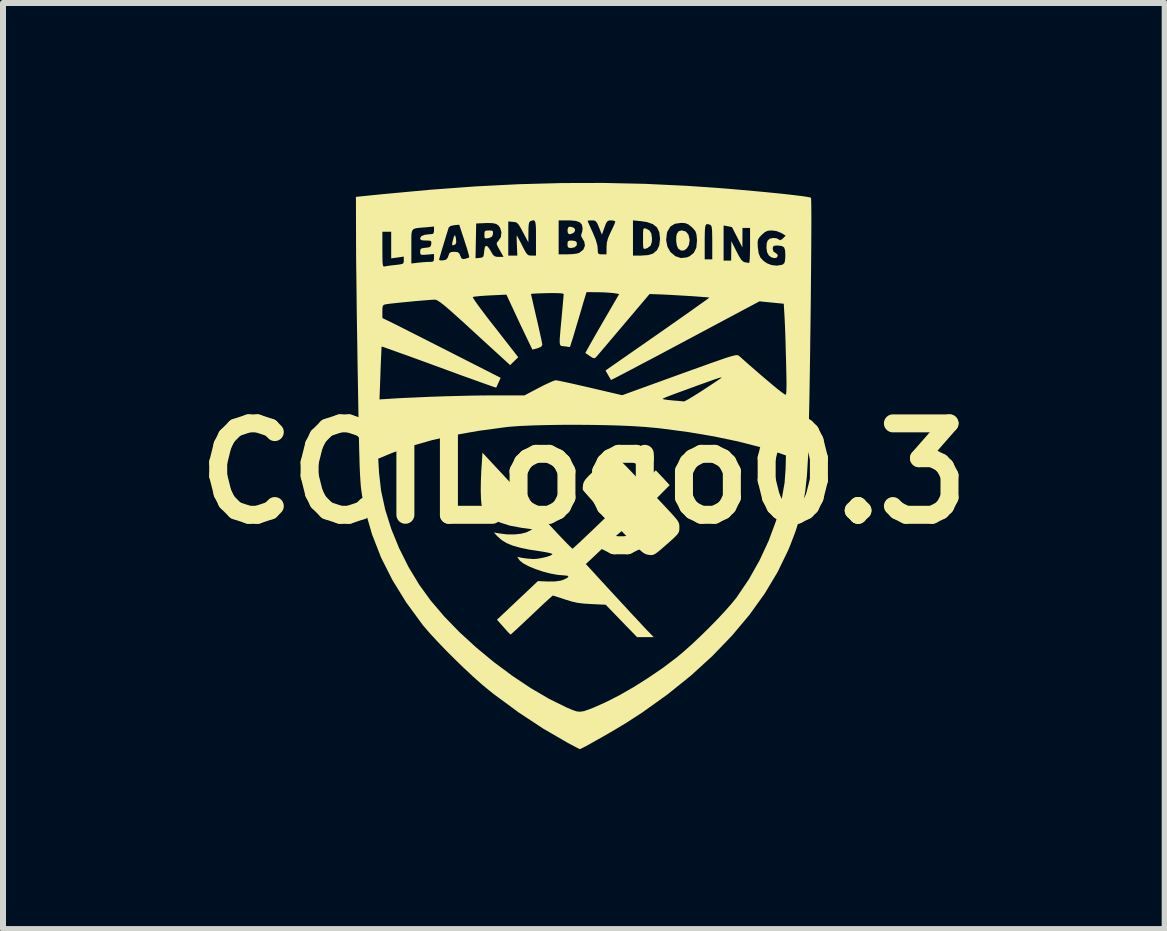
<source format=kicad_pcb>
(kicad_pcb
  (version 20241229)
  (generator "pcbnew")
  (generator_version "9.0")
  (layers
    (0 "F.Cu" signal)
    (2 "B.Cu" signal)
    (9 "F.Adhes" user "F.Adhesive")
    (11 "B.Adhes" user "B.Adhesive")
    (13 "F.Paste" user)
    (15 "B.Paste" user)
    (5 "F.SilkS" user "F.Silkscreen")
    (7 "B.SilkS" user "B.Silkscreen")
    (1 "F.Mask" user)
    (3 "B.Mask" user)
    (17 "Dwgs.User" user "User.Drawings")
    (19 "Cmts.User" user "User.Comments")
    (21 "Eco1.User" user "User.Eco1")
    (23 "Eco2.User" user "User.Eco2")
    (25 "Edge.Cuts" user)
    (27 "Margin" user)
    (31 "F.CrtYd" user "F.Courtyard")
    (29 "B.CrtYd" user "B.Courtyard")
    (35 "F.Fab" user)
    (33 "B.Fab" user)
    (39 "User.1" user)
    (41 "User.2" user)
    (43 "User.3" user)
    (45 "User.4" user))
  (footprint "CCILogo0.3"
    (layer "F.Cu")
    (at 6.684 4.843)
    (property "Reference" "CCILogo0.3" (at 0 0 0) (layer "F.SilkS") (effects (font (size 1.524 1.524) (thickness 0.3))))
    (attr board_only exclude_from_pos_files exclude_from_bom)
    (fp_poly (pts (xy -0.18 -4.102) (xy -0.148 -4.075) (xy -0.148 -4.041) (xy -0.174 -4.009) (xy -0.222 -3.99) (xy -0.243 -3.988) (xy -0.266 -4.007) (xy -0.273 -4.051) (xy -0.264 -4.099) (xy -0.233 -4.115)) (stroke (width 0) (type solid)) (fill yes) (layer "F.SilkS"))
    (fp_poly (pts (xy -2.145 -3.966) (xy -2.135 -3.93) (xy -2.132 -3.916) (xy -2.127 -3.854) (xy -2.14 -3.821) (xy -2.145 -3.818) (xy -2.183 -3.801) (xy -2.197 -3.817) (xy -2.191 -3.857) (xy -2.171 -3.932) (xy -2.157 -3.967)) (stroke (width 0) (type solid)) (fill yes) (layer "F.SilkS"))
    (fp_poly (pts (xy -0.141 -3.873) (xy -0.117 -3.849) (xy -0.118 -3.804) (xy -0.152 -3.771) (xy -0.212 -3.758) (xy -0.212 -3.758) (xy -0.255 -3.763) (xy -0.271 -3.788) (xy -0.273 -3.82) (xy -0.269 -3.863) (xy -0.247 -3.88) (xy -0.202 -3.883)) (stroke (width 0) (type solid)) (fill yes) (layer "F.SilkS"))
    (fp_poly (pts (xy -1.534 -4.048) (xy -1.515 -4.033) (xy -1.515 -3.996) (xy -1.515 -3.994) (xy -1.529 -3.951) (xy -1.568 -3.929) (xy -1.59 -3.924) (xy -1.636 -3.917) (xy -1.655 -3.93) (xy -1.658 -3.974) (xy -1.658 -3.981) (xy -1.655 -4.028) (xy -1.637 -4.047) (xy -1.59 -4.051) (xy -1.583 -4.051)) (stroke (width 0) (type solid)) (fill yes) (layer "F.SilkS"))
    (fp_poly (pts (xy 1.7 -4.033) (xy 1.744 -3.981) (xy 1.763 -3.902) (xy 1.763 -3.883) (xy 1.751 -3.809) (xy 1.718 -3.753) (xy 1.673 -3.719) (xy 1.623 -3.715) (xy 1.576 -3.745) (xy 1.575 -3.746) (xy 1.551 -3.799) (xy 1.539 -3.874) (xy 1.541 -3.95) (xy 1.551 -3.994) (xy 1.579 -4.037) (xy 1.626 -4.051) (xy 1.636 -4.051)) (stroke (width 0) (type solid)) (fill yes) (layer "F.SilkS"))
    (fp_poly (pts (xy 1.034 -4.082) (xy 1.034 -4.082) (xy 1.092 -4.052) (xy 1.125 -4) (xy 1.136 -3.919) (xy 1.134 -3.862) (xy 1.114 -3.799) (xy 1.062 -3.758) (xy 1.034 -3.748) (xy 1.011 -3.743) (xy 0.997 -3.749) (xy 0.99 -3.775) (xy 0.987 -3.828) (xy 0.987 -3.914) (xy 0.987 -3.915) (xy 0.987 -4.002) (xy 0.99 -4.055) (xy 0.997 -4.081) (xy 1.011 -4.087)) (stroke (width 0) (type solid)) (fill yes) (layer "F.SilkS"))
    (fp_poly (pts (xy -1.28 0.095) (xy -1.151 0.234) (xy -1.01 0.386) (xy -0.866 0.542) (xy -0.727 0.692) (xy -0.603 0.826) (xy -0.536 0.898) (xy -0.441 1) (xy -0.356 1.09) (xy -0.283 1.165) (xy -0.229 1.219) (xy -0.196 1.25) (xy -0.188 1.255) (xy -0.169 1.239) (xy -0.125 1.199) (xy -0.06 1.139) (xy 0.019 1.064) (xy 0.105 0.983) (xy 0.383 0.716) (xy 0.186 0.504) (xy 0.114 0.425) (xy 0.053 0.356) (xy 0.007 0.304) (xy -0.016 0.274) (xy -0.018 0.27) (xy -0.019 0.237) (xy -0.013 0.184) (xy -0.012 0.178) (xy 0.001 0.14) (xy 0.03 0.096) (xy 0.08 0.041) (xy 0.155 -0.031) (xy 0.2 -0.073) (xy 0.284 -0.147) (xy 0.345 -0.198) (xy 0.39 -0.229) (xy 0.427 -0.246) (xy 0.463 -0.252) (xy 0.488 -0.253) (xy 0.522 -0.252) (xy 0.551 -0.246) (xy 0.582 -0.231) (xy 0.619 -0.202) (xy 0.669 -0.155) (xy 0.737 -0.086) (xy 0.823 0.004) (xy 1.069 0.262) (xy 1.07 0.167) (xy 1.076 0.097) (xy 1.1 0.047) (xy 1.135 0.009) (xy 1.2 -0.052) (xy 1.316 0.071) (xy 1.431 0.195) (xy 1.22 0.409) (xy 1.407 0.609) (xy 1.483 0.691) (xy 1.535 0.751) (xy 1.568 0.795) (xy 1.585 0.83) (xy 1.592 0.865) (xy 1.593 0.903) (xy 1.592 0.942) (xy 1.585 0.974) (xy 1.568 1.005) (xy 1.536 1.042) (xy 1.483 1.093) (xy 1.405 1.163) (xy 1.381 1.183) (xy 1.296 1.258) (xy 1.234 1.309) (xy 1.19 1.341) (xy 1.156 1.357) (xy 1.125 1.362) (xy 1.09 1.359) (xy 1.084 1.358) (xy 1.044 1.35) (xy 1.006 1.333) (xy 0.964 1.303) (xy 0.91 1.253) (xy 0.837 1.179) (xy 0.814 1.154) (xy 0.63 0.962) (xy 0.563 1.018) (xy 0.524 1.053) (xy 0.461 1.11) (xy 0.384 1.182) (xy 0.298 1.262) (xy 0.265 1.293) (xy 0.034 1.511) (xy 0.087 1.569) (xy 0.158 1.646) (xy 0.245 1.742) (xy 0.346 1.851) (xy 0.454 1.969) (xy 0.566 2.09) (xy 0.677 2.21) (xy 0.782 2.324) (xy 0.878 2.426) (xy 0.958 2.513) (xy 1.019 2.578) (xy 1.057 2.618) (xy 1.058 2.619) (xy 1.164 2.729) (xy 0.887 2.729) (xy 0.625 2.459) (xy 0.364 2.189) (xy 0.124 2.178) (xy -0.004 2.17) (xy -0.108 2.157) (xy -0.205 2.135) (xy -0.311 2.102) (xy -0.395 2.074) (xy -0.463 2.052) (xy -0.506 2.039) (xy -0.517 2.036) (xy -0.534 2.05) (xy -0.578 2.089) (xy -0.643 2.148) (xy -0.725 2.224) (xy -0.819 2.313) (xy -0.87 2.362) (xy -0.969 2.455) (xy -1.058 2.538) (xy -1.131 2.607) (xy -1.186 2.656) (xy -1.216 2.683) (xy -1.221 2.687) (xy -1.238 2.672) (xy -1.275 2.634) (xy -1.325 2.578) (xy -1.338 2.563) (xy -1.448 2.439) (xy -1.107 2.117) (xy -0.766 1.795) (xy -0.6 1.802) (xy -0.481 1.801) (xy -0.388 1.788) (xy -0.344 1.774) (xy -0.28 1.744) (xy -0.256 1.721) (xy -0.272 1.706) (xy -0.328 1.7) (xy -0.331 1.7) (xy -0.437 1.691) (xy -0.558 1.669) (xy -0.684 1.636) (xy -0.806 1.595) (xy -0.917 1.549) (xy -1.006 1.502) (xy -1.065 1.456) (xy -1.077 1.441) (xy -1.109 1.392) (xy -1.022 1.409) (xy -0.941 1.42) (xy -0.855 1.426) (xy -0.838 1.427) (xy -0.772 1.422) (xy -0.697 1.409) (xy -0.623 1.392) (xy -0.564 1.372) (xy -0.529 1.353) (xy -0.525 1.345) (xy -0.544 1.334) (xy -0.596 1.321) (xy -0.67 1.307) (xy -0.708 1.301) (xy -0.902 1.272) (xy -1.06 1.239) (xy -1.187 1.203) (xy -1.288 1.161) (xy -1.37 1.111) (xy -1.438 1.051) (xy -1.438 1.051) (xy -1.5 0.985) (xy -1.406 1.001) (xy -1.283 1.016) (xy -1.158 1.017) (xy -1.045 1.005) (xy -0.956 0.982) (xy -0.938 0.973) (xy -0.858 0.932) (xy -1.032 0.908) (xy -1.236 0.87) (xy -1.406 0.815) (xy -1.541 0.746) (xy -1.638 0.661) (xy -1.693 0.574) (xy -1.707 0.514) (xy -1.715 0.418) (xy -1.719 0.289) (xy -1.717 0.134) (xy -1.71 -0.043) (xy -1.703 -0.146) (xy -1.69 -0.345)) (stroke (width 0) (type solid)) (fill yes) (layer "F.SilkS"))
    (fp_poly (pts (xy 1.022 -4.828) (xy 1.715 -4.795) (xy 2.026 -4.774) (xy 2.225 -4.76) (xy 2.429 -4.744) (xy 2.634 -4.726) (xy 2.835 -4.708) (xy 3.029 -4.69) (xy 3.21 -4.672) (xy 3.374 -4.655) (xy 3.517 -4.638) (xy 3.634 -4.624) (xy 3.721 -4.611) (xy 3.773 -4.601) (xy 3.787 -4.596) (xy 3.789 -4.573) (xy 3.791 -4.511) (xy 3.792 -4.414) (xy 3.793 -4.285) (xy 3.793 -4.127) (xy 3.792 -3.945) (xy 3.791 -3.74) (xy 3.789 -3.517) (xy 3.787 -3.278) (xy 3.785 -3.028) (xy 3.782 -2.769) (xy 3.779 -2.504) (xy 3.775 -2.239) (xy 3.772 -1.974) (xy 3.768 -1.714) (xy 3.764 -1.463) (xy 3.76 -1.223) (xy 3.755 -0.998) (xy 3.751 -0.791) (xy 3.747 -0.606) (xy 3.743 -0.445) (xy 3.739 -0.313) (xy 3.736 -0.241) (xy 3.719 0.041) (xy 3.692 0.292) (xy 3.653 0.523) (xy 3.599 0.745) (xy 3.529 0.967) (xy 3.44 1.2) (xy 3.407 1.28) (xy 3.231 1.643) (xy 3.016 2.002) (xy 2.762 2.356) (xy 2.471 2.703) (xy 2.145 3.042) (xy 1.787 3.369) (xy 1.397 3.683) (xy 0.978 3.983) (xy 0.703 4.161) (xy 0.624 4.209) (xy 0.529 4.266) (xy 0.424 4.327) (xy 0.315 4.39) (xy 0.208 4.45) (xy 0.111 4.505) (xy 0.029 4.55) (xy -0.032 4.581) (xy -0.064 4.596) (xy -0.067 4.597) (xy -0.087 4.587) (xy -0.136 4.562) (xy -0.206 4.525) (xy -0.268 4.492) (xy -0.677 4.255) (xy -1.087 3.985) (xy -1.502 3.679) (xy -1.585 3.613) (xy -1.707 3.512) (xy -1.846 3.388) (xy -1.996 3.248) (xy -2.15 3.099) (xy -2.302 2.947) (xy -2.443 2.8) (xy -2.568 2.665) (xy -2.669 2.547) (xy -2.692 2.519) (xy -2.962 2.15) (xy -3.192 1.777) (xy -3.382 1.4) (xy -3.532 1.014) (xy -3.646 0.619) (xy -3.696 0.378) (xy -3.703 0.331) (xy -3.71 0.282) (xy -3.717 0.228) (xy -3.722 0.166) (xy -3.727 0.093) (xy -3.732 0.005) (xy -3.737 -0.099) (xy -3.741 -0.225) (xy -3.741 -0.246) (xy -3.428 -0.246) (xy -3.415 -0.013) (xy -3.38 0.291) (xy -3.311 0.606) (xy -3.21 0.928) (xy -3.079 1.248) (xy -2.922 1.562) (xy -2.741 1.861) (xy -2.553 2.12) (xy -2.329 2.383) (xy -2.075 2.645) (xy -1.796 2.901) (xy -1.5 3.146) (xy -1.193 3.374) (xy -0.883 3.581) (xy -0.576 3.76) (xy -0.28 3.906) (xy -0.277 3.907) (xy -0.186 3.945) (xy -0.118 3.968) (xy -0.06 3.973) (xy 0.002 3.963) (xy 0.081 3.936) (xy 0.147 3.911) (xy 0.357 3.818) (xy 0.588 3.701) (xy 0.829 3.563) (xy 1.073 3.409) (xy 1.312 3.246) (xy 1.535 3.078) (xy 1.553 3.064) (xy 1.672 2.964) (xy 1.805 2.845) (xy 1.946 2.712) (xy 2.089 2.572) (xy 2.226 2.432) (xy 2.351 2.298) (xy 2.458 2.177) (xy 2.54 2.076) (xy 2.546 2.068) (xy 2.752 1.764) (xy 2.931 1.446) (xy 3.082 1.121) (xy 3.203 0.794) (xy 3.292 0.47) (xy 3.347 0.154) (xy 3.364 -0.083) (xy 3.369 -0.3) (xy 3.254 -0.34) (xy 2.928 -0.442) (xy 2.566 -0.534) (xy 2.17 -0.617) (xy 1.744 -0.689) (xy 1.293 -0.749) (xy 1.187 -0.76) (xy 1.021 -0.775) (xy 0.823 -0.788) (xy 0.6 -0.798) (xy 0.36 -0.805) (xy 0.109 -0.809) (xy -0.145 -0.811) (xy -0.396 -0.81) (xy -0.637 -0.806) (xy -0.861 -0.8) (xy -1.061 -0.791) (xy -1.23 -0.779) (xy -1.312 -0.77) (xy -1.755 -0.71) (xy -2.16 -0.639) (xy -2.531 -0.555) (xy -2.871 -0.458) (xy -3.183 -0.347) (xy -3.262 -0.315) (xy -3.428 -0.246) (xy -3.741 -0.246) (xy -3.745 -0.374) (xy -3.749 -0.549) (xy -3.753 -0.754) (xy -3.758 -0.992) (xy -3.762 -1.234) (xy -3.407 -1.234) (xy -3.292 -1.241) (xy 1.313 -1.241) (xy 1.313 -1.241) (xy 1.338 -1.234) (xy 1.393 -1.226) (xy 1.469 -1.218) (xy 1.486 -1.216) (xy 1.566 -1.21) (xy 1.63 -1.204) (xy 1.667 -1.2) (xy 1.669 -1.2) (xy 1.693 -1.21) (xy 1.746 -1.239) (xy 1.821 -1.284) (xy 1.912 -1.341) (xy 1.984 -1.387) (xy 2.083 -1.452) (xy 2.171 -1.51) (xy 2.24 -1.557) (xy 2.285 -1.588) (xy 2.299 -1.599) (xy 2.289 -1.6) (xy 2.247 -1.59) (xy 2.18 -1.568) (xy 2.11 -1.543) (xy 1.907 -1.47) (xy 1.74 -1.409) (xy 1.606 -1.36) (xy 1.502 -1.322) (xy 1.424 -1.292) (xy 1.37 -1.271) (xy 1.335 -1.256) (xy 1.317 -1.246) (xy 1.313 -1.241) (xy -3.292 -1.241) (xy -3.199 -1.247) (xy -3.118 -1.252) (xy -3.004 -1.258) (xy -2.865 -1.264) (xy -2.712 -1.271) (xy -2.553 -1.278) (xy -2.467 -1.281) (xy -2.284 -1.287) (xy -2.081 -1.292) (xy -1.872 -1.297) (xy -1.672 -1.3) (xy -1.496 -1.301) (xy -1.466 -1.301) (xy -0.99 -1.301) (xy -0.75 -1.427) (xy -0.657 -1.475) (xy -0.573 -1.514) (xy -0.509 -1.542) (xy -0.472 -1.553) (xy -0.47 -1.553) (xy -0.44 -1.549) (xy -0.374 -1.536) (xy -0.279 -1.516) (xy -0.162 -1.49) (xy -0.026 -1.459) (xy 0.104 -1.429) (xy 0.639 -1.304) (xy 1.593 -1.65) (xy 1.812 -1.729) (xy 1.994 -1.794) (xy 2.144 -1.848) (xy 2.265 -1.89) (xy 2.36 -1.923) (xy 2.433 -1.946) (xy 2.487 -1.961) (xy 2.525 -1.97) (xy 2.551 -1.972) (xy 2.569 -1.97) (xy 2.582 -1.963) (xy 2.591 -1.956) (xy 2.747 -1.818) (xy 2.893 -1.691) (xy 3.026 -1.577) (xy 3.142 -1.479) (xy 3.238 -1.4) (xy 3.311 -1.344) (xy 3.356 -1.313) (xy 3.356 -1.312) (xy 3.365 -1.312) (xy 3.372 -1.327) (xy 3.376 -1.36) (xy 3.378 -1.416) (xy 3.379 -1.5) (xy 3.377 -1.614) (xy 3.374 -1.764) (xy 3.372 -1.86) (xy 3.367 -2.023) (xy 3.363 -2.183) (xy 3.358 -2.334) (xy 3.353 -2.465) (xy 3.348 -2.57) (xy 3.345 -2.627) (xy 3.333 -2.829) (xy 3.13 -2.849) (xy 2.928 -2.869) (xy 1.692 -2.21) (xy 1.482 -2.098) (xy 1.283 -1.992) (xy 1.098 -1.894) (xy 0.93 -1.806) (xy 0.783 -1.728) (xy 0.659 -1.663) (xy 0.561 -1.612) (xy 0.493 -1.577) (xy 0.457 -1.56) (xy 0.453 -1.558) (xy 0.441 -1.578) (xy 0.415 -1.622) (xy 0.405 -1.64) (xy 0.361 -1.716) (xy 1.23 -2.321) (xy 1.399 -2.439) (xy 1.557 -2.55) (xy 1.701 -2.651) (xy 1.827 -2.74) (xy 1.932 -2.815) (xy 2.014 -2.873) (xy 2.068 -2.912) (xy 2.091 -2.931) (xy 2.092 -2.932) (xy 2.07 -2.935) (xy 2.014 -2.94) (xy 1.93 -2.946) (xy 1.826 -2.954) (xy 1.71 -2.961) (xy 1.589 -2.968) (xy 1.471 -2.975) (xy 1.362 -2.981) (xy 1.27 -2.985) (xy 1.267 -2.985) (xy 1.096 -2.991) (xy 0.661 -2.477) (xy 0.554 -2.351) (xy 0.455 -2.234) (xy 0.367 -2.13) (xy 0.295 -2.045) (xy 0.24 -1.981) (xy 0.207 -1.943) (xy 0.199 -1.934) (xy 0.176 -1.92) (xy 0.145 -1.928) (xy 0.102 -1.955) (xy 0.057 -1.987) (xy 0.029 -2.005) (xy 0.025 -2.007) (xy 0.034 -2.025) (xy 0.061 -2.075) (xy 0.104 -2.151) (xy 0.16 -2.25) (xy 0.226 -2.366) (xy 0.301 -2.495) (xy 0.304 -2.501) (xy 0.589 -2.991) (xy 0.499 -3.006) (xy 0.435 -3.012) (xy 0.346 -3.018) (xy 0.249 -3.021) (xy 0.227 -3.021) (xy 0.045 -3.023) (xy 0.024 -2.955) (xy 0.01 -2.91) (xy -0.013 -2.834) (xy -0.041 -2.737) (xy -0.073 -2.628) (xy -0.084 -2.592) (xy -0.118 -2.478) (xy -0.15 -2.37) (xy -0.177 -2.279) (xy -0.197 -2.214) (xy -0.201 -2.203) (xy -0.232 -2.107) (xy -0.321 -2.119) (xy -0.35 -2.122) (xy -0.373 -2.125) (xy -0.389 -2.133) (xy -0.398 -2.152) (xy -0.403 -2.186) (xy -0.402 -2.24) (xy -0.396 -2.319) (xy -0.387 -2.428) (xy -0.373 -2.572) (xy -0.367 -2.634) (xy -0.357 -2.75) (xy -0.348 -2.85) (xy -0.341 -2.929) (xy -0.337 -2.979) (xy -0.336 -2.991) (xy -0.356 -3) (xy -0.415 -3.005) (xy -0.51 -3.007) (xy -0.609 -3.006) (xy -0.71 -3.003) (xy -0.795 -3) (xy -0.854 -2.996) (xy -0.881 -2.993) (xy -0.882 -2.993) (xy -0.877 -2.971) (xy -0.864 -2.915) (xy -0.845 -2.831) (xy -0.82 -2.724) (xy -0.792 -2.602) (xy -0.787 -2.582) (xy -0.758 -2.456) (xy -0.733 -2.342) (xy -0.712 -2.248) (xy -0.698 -2.179) (xy -0.693 -2.144) (xy -0.693 -2.143) (xy -0.713 -2.111) (xy -0.774 -2.086) (xy -0.775 -2.086) (xy -0.858 -2.064) (xy -0.95 -2.255) (xy -0.995 -2.35) (xy -1.052 -2.468) (xy -1.111 -2.595) (xy -1.166 -2.713) (xy -1.291 -2.981) (xy -1.564 -2.968) (xy -1.667 -2.962) (xy -1.755 -2.955) (xy -1.819 -2.948) (xy -1.85 -2.942) (xy -1.852 -2.941) (xy -1.844 -2.921) (xy -1.813 -2.874) (xy -1.763 -2.803) (xy -1.697 -2.714) (xy -1.619 -2.611) (xy -1.572 -2.55) (xy -1.48 -2.433) (xy -1.392 -2.32) (xy -1.312 -2.217) (xy -1.245 -2.132) (xy -1.197 -2.07) (xy -1.185 -2.055) (xy -1.094 -1.937) (xy -1.229 -1.806) (xy -1.825 -2.351) (xy -1.979 -2.493) (xy -2.106 -2.607) (xy -2.208 -2.699) (xy -2.289 -2.769) (xy -2.352 -2.821) (xy -2.4 -2.857) (xy -2.436 -2.88) (xy -2.462 -2.893) (xy -2.484 -2.897) (xy -2.487 -2.897) (xy -2.532 -2.895) (xy -2.61 -2.889) (xy -2.712 -2.881) (xy -2.827 -2.871) (xy -2.948 -2.859) (xy -3.064 -2.848) (xy -3.166 -2.837) (xy -3.246 -2.828) (xy -3.29 -2.822) (xy -3.33 -2.813) (xy -3.35 -2.796) (xy -3.358 -2.759) (xy -3.359 -2.701) (xy -3.359 -2.591) (xy -3.175 -2.501) (xy -3.116 -2.472) (xy -3.025 -2.426) (xy -2.907 -2.366) (xy -2.766 -2.295) (xy -2.609 -2.215) (xy -2.439 -2.129) (xy -2.263 -2.04) (xy -2.189 -2.002) (xy -1.387 -1.594) (xy -1.422 -1.516) (xy -1.445 -1.465) (xy -1.46 -1.434) (xy -1.462 -1.431) (xy -1.482 -1.436) (xy -1.538 -1.455) (xy -1.625 -1.486) (xy -1.74 -1.527) (xy -1.879 -1.577) (xy -2.039 -1.634) (xy -2.215 -1.699) (xy -2.403 -1.768) (xy -2.416 -1.772) (xy -2.605 -1.842) (xy -2.782 -1.906) (xy -2.943 -1.965) (xy -3.084 -2.015) (xy -3.201 -2.057) (xy -3.29 -2.089) (xy -3.348 -2.109) (xy -3.37 -2.115) (xy -3.371 -2.115) (xy -3.373 -2.094) (xy -3.376 -2.036) (xy -3.38 -1.949) (xy -3.385 -1.839) (xy -3.39 -1.712) (xy -3.391 -1.672) (xy -3.407 -1.234) (xy -3.762 -1.234) (xy -3.763 -1.266) (xy -3.768 -1.564) (xy -3.773 -1.848) (xy -3.777 -2.135) (xy -3.782 -2.42) (xy -3.786 -2.698) (xy -3.789 -2.964) (xy -3.792 -3.213) (xy -3.795 -3.44) (xy -3.797 -3.64) (xy -3.797 -3.735) (xy -3.359 -3.735) (xy -3.358 -3.618) (xy -3.357 -3.538) (xy -3.353 -3.487) (xy -3.346 -3.459) (xy -3.336 -3.449) (xy -3.322 -3.45) (xy -3.283 -3.458) (xy -3.217 -3.467) (xy -3.144 -3.475) (xy -3.069 -3.484) (xy -3.026 -3.493) (xy -3.007 -3.508) (xy -3.002 -3.535) (xy -3.002 -3.552) (xy -3.002 -3.615) (xy -3.107 -3.6) (xy -3.212 -3.586) (xy -3.212 -3.92) (xy -2.876 -3.92) (xy -2.876 -3.81) (xy -2.876 -3.786) (xy -2.876 -3.5) (xy -2.766 -3.513) (xy -2.684 -3.521) (xy -2.605 -3.526) (xy -2.577 -3.526) (xy -2.525 -3.529) (xy -2.503 -3.545) (xy -2.501 -3.561) (xy -2.414 -3.561) (xy -2.396 -3.552) (xy -2.352 -3.551) (xy -2.346 -3.552) (xy -2.296 -3.564) (xy -2.293 -3.569) (xy 2.015 -3.569) (xy 2.141 -3.569) (xy 2.141 -3.85) (xy 2.14 -3.966) (xy 2.138 -4.047) (xy 2.133 -4.099) (xy 2.124 -4.128) (xy 2.119 -4.134) (xy 2.33 -4.134) (xy 2.33 -3.548) (xy 2.456 -3.548) (xy 2.459 -3.873) (xy 2.545 -3.701) (xy 2.591 -3.615) (xy 2.626 -3.561) (xy 2.656 -3.532) (xy 2.686 -3.52) (xy 2.732 -3.513) (xy 2.755 -3.509) (xy 2.761 -3.527) (xy 2.766 -3.58) (xy 2.769 -3.661) (xy 2.771 -3.761) (xy 2.771 -3.8) (xy 2.771 -3.856) (xy 2.897 -3.856) (xy 2.899 -3.79) (xy 2.901 -3.769) (xy 2.914 -3.671) (xy 2.943 -3.6) (xy 2.996 -3.543) (xy 3.054 -3.503) (xy 3.129 -3.474) (xy 3.215 -3.464) (xy 3.294 -3.476) (xy 3.318 -3.485) (xy 3.341 -3.505) (xy 3.353 -3.54) (xy 3.358 -3.601) (xy 3.359 -3.64) (xy 3.355 -3.721) (xy 3.339 -3.768) (xy 3.303 -3.791) (xy 3.237 -3.799) (xy 3.206 -3.799) (xy 3.164 -3.793) (xy 3.15 -3.764) (xy 3.149 -3.745) (xy 3.163 -3.696) (xy 3.191 -3.68) (xy 3.225 -3.654) (xy 3.233 -3.629) (xy 3.217 -3.599) (xy 3.178 -3.589) (xy 3.129 -3.602) (xy 3.086 -3.632) (xy 3.056 -3.685) (xy 3.044 -3.76) (xy 3.049 -3.837) (xy 3.066 -3.885) (xy 3.102 -3.914) (xy 3.158 -3.926) (xy 3.216 -3.919) (xy 3.25 -3.9) (xy 3.275 -3.888) (xy 3.308 -3.908) (xy 3.32 -3.919) (xy 3.365 -3.964) (xy 3.294 -4.008) (xy 3.208 -4.042) (xy 3.131 -4.051) (xy 3.067 -4.046) (xy 3.018 -4.023) (xy 2.966 -3.978) (xy 2.926 -3.935) (xy 2.905 -3.9) (xy 2.897 -3.856) (xy 2.771 -3.856) (xy 2.771 -4.093) (xy 2.645 -4.093) (xy 2.643 -3.768) (xy 2.557 -3.936) (xy 2.519 -4.01) (xy 2.49 -4.068) (xy 2.472 -4.102) (xy 2.469 -4.106) (xy 2.449 -4.111) (xy 2.404 -4.12) (xy 2.398 -4.121) (xy 2.33 -4.134) (xy 2.119 -4.134) (xy 2.111 -4.142) (xy 2.108 -4.144) (xy 2.072 -4.156) (xy 2.047 -4.156) (xy 2.031 -4.139) (xy 2.021 -4.1) (xy 2.017 -4.033) (xy 2.015 -3.933) (xy 2.015 -3.862) (xy 2.015 -3.569) (xy -2.293 -3.569) (xy -2.269 -3.597) (xy -2.259 -3.626) (xy -2.242 -3.672) (xy -2.213 -3.691) (xy -2.161 -3.695) (xy -2.107 -3.69) (xy -2.077 -3.669) (xy -2.06 -3.629) (xy -2.039 -3.585) (xy -2.013 -3.573) (xy -1.979 -3.578) (xy -1.951 -3.587) (xy -1.806 -3.587) (xy -1.738 -3.593) (xy -1.696 -3.6) (xy -1.675 -3.618) (xy -1.666 -3.658) (xy -1.662 -3.7) (xy -1.652 -3.768) (xy -1.632 -3.796) (xy -1.603 -3.783) (xy -1.564 -3.729) (xy -1.551 -3.705) (xy -1.518 -3.649) (xy -1.489 -3.621) (xy -1.45 -3.611) (xy -1.42 -3.611) (xy -1.339 -3.611) (xy -1.351 -3.632) (xy -1.26 -3.632) (xy -1.109 -3.632) (xy -1.116 -3.8) (xy -1.119 -3.878) (xy -1.12 -3.936) (xy -1.119 -3.966) (xy -1.118 -3.967) (xy -1.107 -3.95) (xy -1.082 -3.903) (xy -1.047 -3.836) (xy -1.029 -3.8) (xy -0.988 -3.72) (xy -0.958 -3.67) (xy -0.933 -3.644) (xy -0.906 -3.633) (xy -0.871 -3.632) (xy -0.798 -3.632) (xy -0.798 -3.653) (xy -0.42 -3.653) (xy -0.272 -3.653) (xy -0.19 -3.656) (xy -0.12 -3.665) (xy -0.077 -3.677) (xy -0.01 -3.73) (xy 0.018 -3.795) (xy 0.007 -3.865) (xy -0.019 -3.908) (xy -0.046 -3.959) (xy -0.041 -3.99) (xy -0.027 -4.032) (xy -0.021 -4.087) (xy -0.032 -4.146) (xy -0.067 -4.186) (xy -0.132 -4.21) (xy -0.147 -4.211) (xy 0.063 -4.211) (xy 0.071 -4.189) (xy 0.093 -4.139) (xy 0.125 -4.067) (xy 0.147 -4.02) (xy 0.199 -3.895) (xy 0.226 -3.797) (xy 0.231 -3.745) (xy 0.233 -3.688) (xy 0.244 -3.661) (xy 0.274 -3.653) (xy 0.304 -3.653) (xy 0.378 -3.653) (xy 0.378 -3.769) (xy 0.383 -3.847) (xy 0.403 -3.922) (xy 0.442 -4.012) (xy 0.451 -4.03) (xy 0.486 -4.102) (xy 0.512 -4.161) (xy 0.524 -4.195) (xy 0.525 -4.198) (xy 0.506 -4.212) (xy 0.465 -4.219) (xy 0.819 -4.219) (xy 0.819 -3.632) (xy 0.957 -3.632) (xy 1.072 -3.64) (xy 1.151 -3.664) (xy 1.155 -3.667) (xy 1.22 -3.722) (xy 1.257 -3.799) (xy 1.268 -3.89) (xy 1.372 -3.89) (xy 1.393 -3.781) (xy 1.443 -3.692) (xy 1.525 -3.622) (xy 1.617 -3.591) (xy 1.715 -3.601) (xy 1.764 -3.621) (xy 1.834 -3.678) (xy 1.875 -3.762) (xy 1.886 -3.874) (xy 1.885 -3.911) (xy 1.877 -3.986) (xy 1.861 -4.036) (xy 1.829 -4.077) (xy 1.799 -4.107) (xy 1.742 -4.152) (xy 1.689 -4.173) (xy 1.62 -4.177) (xy 1.517 -4.162) (xy 1.443 -4.116) (xy 1.395 -4.037) (xy 1.385 -4.006) (xy 1.372 -3.89) (xy 1.268 -3.89) (xy 1.27 -3.905) (xy 1.27 -3.917) (xy 1.258 -4.022) (xy 1.22 -4.1) (xy 1.152 -4.156) (xy 1.05 -4.191) (xy 0.95 -4.206) (xy 0.819 -4.219) (xy 0.465 -4.219) (xy 0.462 -4.219) (xy 0.455 -4.219) (xy 0.416 -4.216) (xy 0.39 -4.201) (xy 0.368 -4.165) (xy 0.344 -4.101) (xy 0.301 -3.982) (xy 0.253 -4.101) (xy 0.225 -4.167) (xy 0.201 -4.202) (xy 0.174 -4.217) (xy 0.134 -4.219) (xy 0.086 -4.217) (xy 0.063 -4.212) (xy 0.063 -4.211) (xy -0.147 -4.211) (xy -0.232 -4.219) (xy -0.267 -4.219) (xy -0.42 -4.219) (xy -0.42 -3.653) (xy -0.798 -3.653) (xy -0.798 -3.925) (xy -0.798 -4.046) (xy -0.801 -4.131) (xy -0.808 -4.184) (xy -0.82 -4.212) (xy -0.84 -4.221) (xy -0.87 -4.214) (xy -0.89 -4.207) (xy -0.908 -4.191) (xy -0.918 -4.156) (xy -0.923 -4.094) (xy -0.924 -4.023) (xy -0.925 -3.852) (xy -1.014 -4.02) (xy -1.057 -4.1) (xy -1.088 -4.15) (xy -1.115 -4.177) (xy -1.144 -4.19) (xy -1.181 -4.194) (xy -1.26 -4.201) (xy -1.26 -3.632) (xy -1.351 -3.632) (xy -1.403 -3.724) (xy -1.438 -3.786) (xy -1.453 -3.824) (xy -1.451 -3.847) (xy -1.433 -3.868) (xy -1.428 -3.873) (xy -1.384 -3.939) (xy -1.374 -4.019) (xy -1.395 -4.092) (xy -1.424 -4.134) (xy -1.463 -4.16) (xy -1.522 -4.173) (xy -1.609 -4.175) (xy -1.659 -4.173) (xy -1.795 -4.167) (xy -1.806 -3.587) (xy -1.951 -3.587) (xy -1.933 -3.592) (xy -1.911 -3.603) (xy -1.914 -3.625) (xy -1.928 -3.679) (xy -1.951 -3.759) (xy -1.982 -3.854) (xy -1.99 -3.88) (xy -2.078 -4.147) (xy -2.161 -4.139) (xy -2.227 -4.124) (xy -2.255 -4.097) (xy -2.264 -4.064) (xy -2.284 -4) (xy -2.31 -3.915) (xy -2.339 -3.819) (xy -2.368 -3.724) (xy -2.392 -3.643) (xy -2.408 -3.586) (xy -2.414 -3.561) (xy -2.414 -3.561) (xy -2.501 -3.561) (xy -2.498 -3.584) (xy -2.498 -3.592) (xy -2.498 -3.658) (xy -2.613 -3.648) (xy -2.679 -3.644) (xy -2.714 -3.647) (xy -2.727 -3.663) (xy -2.729 -3.695) (xy -2.729 -3.697) (xy -2.725 -3.734) (xy -2.705 -3.752) (xy -2.658 -3.76) (xy -2.64 -3.762) (xy -2.583 -3.769) (xy -2.555 -3.785) (xy -2.545 -3.818) (xy -2.544 -3.826) (xy -2.543 -3.861) (xy -2.556 -3.878) (xy -2.596 -3.883) (xy -2.633 -3.883) (xy -2.693 -3.886) (xy -2.722 -3.898) (xy -2.729 -3.922) (xy -2.729 -3.923) (xy -2.709 -3.956) (xy -2.654 -3.978) (xy -2.57 -3.988) (xy -2.548 -3.988) (xy -2.512 -3.996) (xy -2.499 -4.026) (xy -2.498 -4.052) (xy -2.498 -4.116) (xy -2.64 -4.103) (xy -2.733 -4.096) (xy -2.798 -4.088) (xy -2.84 -4.073) (xy -2.863 -4.045) (xy -2.874 -3.996) (xy -2.876 -3.92) (xy -3.212 -3.92) (xy -3.212 -4.03) (xy -3.359 -4.03) (xy -3.359 -3.735) (xy -3.797 -3.735) (xy -3.798 -3.808) (xy -3.798 -3.937) (xy -3.8 -4.611) (xy -3.353 -4.656) (xy -2.567 -4.729) (xy -1.811 -4.785) (xy -1.081 -4.822) (xy -0.37 -4.841) (xy 0.329 -4.843)) (stroke (width 0) (type solid)) (fill yes) (layer "F.SilkS")))
  (gr_rect
    (start -3 -3)
    (end 16.368 12.44)
    (stroke (width 0.1) (type default))
    (fill no)
    (layer "Edge.Cuts")))
</source>
